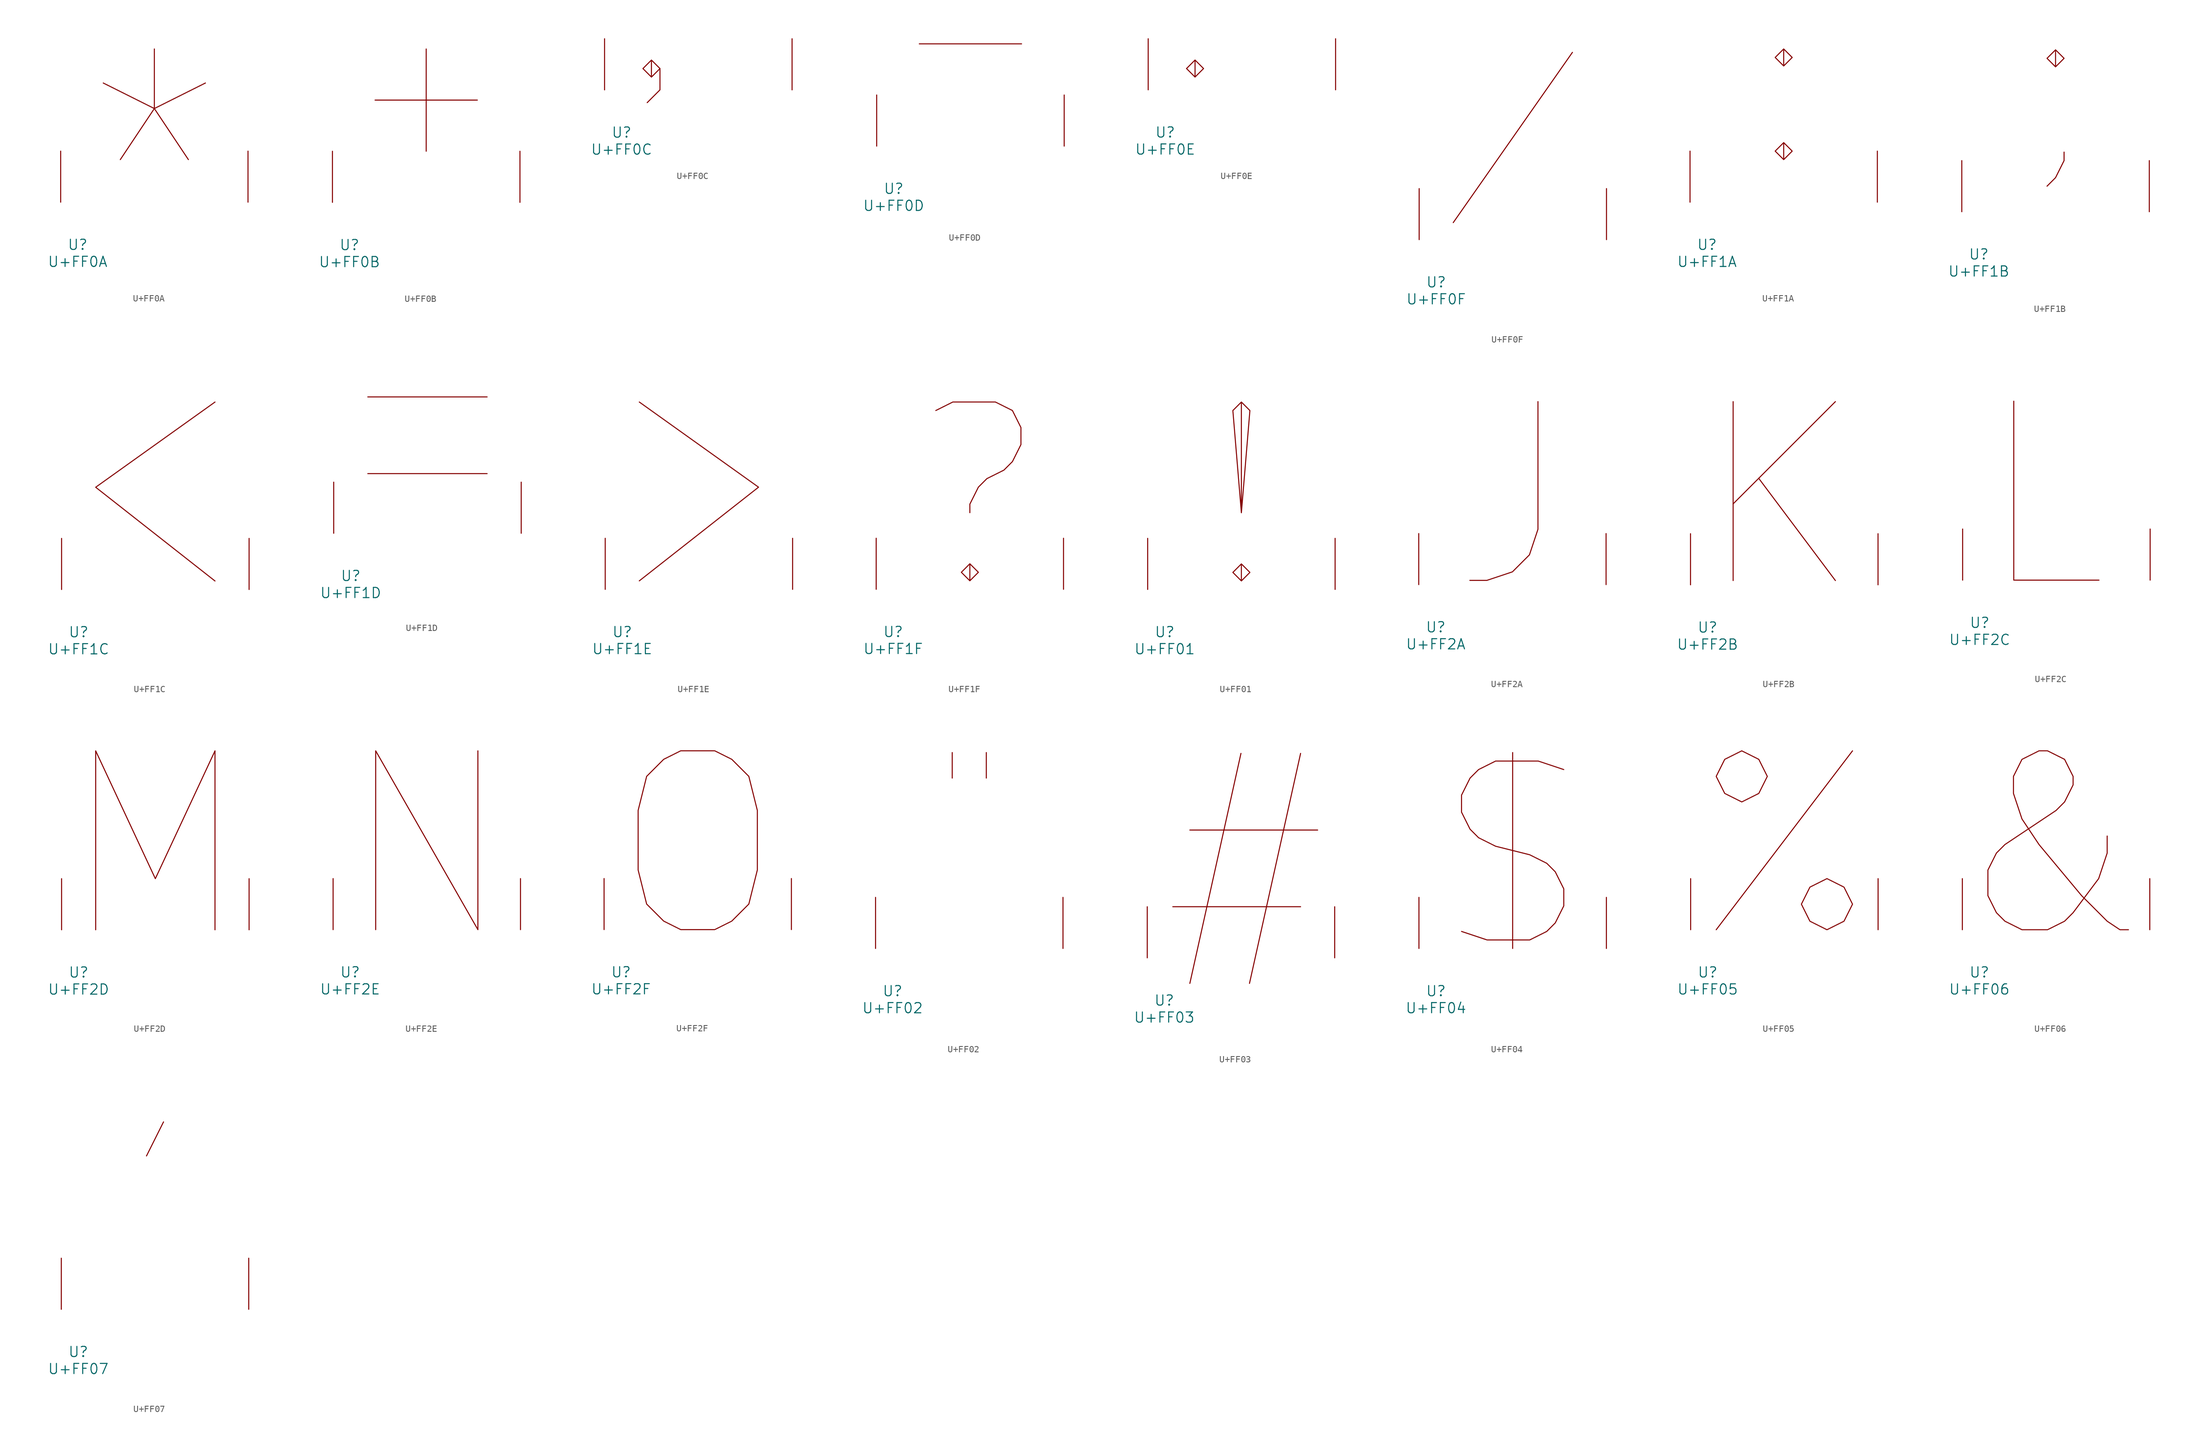
<source format=kicad_sym>
(kicad_symbol_lib
  (version 20231120)
  (generator "kicad_symbol_editor")
  (generator_version "8.0")
  (symbol "U+FF0A"
    (pin_names
      (offset 1.016))
    (property "Reference" "U"
      (at 0 -6.35 0)
      (effects (font (size 1.524 1.524))))
    (property "Value" "U+FF0A"
      (at 0 -8.89 0)
      (effects (font (size 1.524 1.524))))
    (symbol "U+FF0A_0_1"
      (polyline (pts (xy 11.43 22.86) (xy 11.43 13.97)) (stroke (width 0) (type solid)) (fill (type none)))
      (polyline (pts (xy 3.81 17.78) (xy 11.43 13.97) (xy 19.05 17.78)) (stroke (width 0) (type solid)) (fill (type none)))
      (polyline (pts (xy 6.35 6.35) (xy 11.43 13.97) (xy 16.51 6.35)) (stroke (width 0) (type solid)) (fill (type none)))
      (pin input line (at -2.54 0 90) (length 7.62) (name "~" (effects (font (size 1.27 1.27)))) (number "~" (effects (font (size 1.27 1.27)))))
      (pin input line (at 25.4 0 90) (length 7.62) (name "~" (effects (font (size 1.27 1.27)))) (number "~" (effects (font (size 1.27 1.27)))))))
  (symbol "U+FF0B"
    (pin_names
      (offset 1.016))
    (property "Reference" "U"
      (at 0 -6.35 0)
      (effects (font (size 1.524 1.524))))
    (property "Value" "U+FF0B"
      (at 0 -8.89 0)
      (effects (font (size 1.524 1.524))))
    (symbol "U+FF0B_0_1"
      (polyline (pts (xy 3.81 15.24) (xy 19.05 15.24)) (stroke (width 0) (type solid)) (fill (type none)))
      (polyline (pts (xy 11.43 22.86) (xy 11.43 7.62)) (stroke (width 0) (type solid)) (fill (type none)))
      (pin input line (at -2.54 0 90) (length 7.62) (name "~" (effects (font (size 1.27 1.27)))) (number "~" (effects (font (size 1.27 1.27)))))
      (pin input line (at 25.4 0 90) (length 7.62) (name "~" (effects (font (size 1.27 1.27)))) (number "~" (effects (font (size 1.27 1.27)))))))
  (symbol "U+FF0C"
    (pin_names
      (offset 1.016))
    (property "Reference" "U"
      (at 0 -6.35 0)
      (effects (font (size 1.524 1.524))))
    (property "Value" "U+FF0C"
      (at 0 -8.89 0)
      (effects (font (size 1.524 1.524))))
    (symbol "U+FF0C_0_1"
      (polyline (pts (xy 5.715 3.175) (xy 5.715 0) (xy 3.81 -1.905)) (stroke (width 0) (type solid)) (fill (type none)))
      (polyline (pts (xy 4.445 4.445) (xy 5.715 3.175) (xy 4.445 1.905) (xy 3.175 3.175) (xy 4.445 4.445) (xy 4.445 1.905)) (stroke (width 0) (type solid)) (fill (type none)))
      (pin input line (at -2.54 0 90) (length 7.62) (name "~" (effects (font (size 1.27 1.27)))) (number "~" (effects (font (size 1.27 1.27)))))
      (pin input line (at 25.4 0 90) (length 7.62) (name "~" (effects (font (size 1.27 1.27)))) (number "~" (effects (font (size 1.27 1.27)))))))
  (symbol "U+FF0D"
    (pin_names
      (offset 1.016))
    (property "Reference" "U"
      (at 0 -6.35 0)
      (effects (font (size 1.524 1.524))))
    (property "Value" "U+FF0D"
      (at 0 -8.89 0)
      (effects (font (size 1.524 1.524))))
    (symbol "U+FF0D_0_1"
      (polyline (pts (xy 3.81 15.24) (xy 19.05 15.24)) (stroke (width 0) (type solid)) (fill (type none)))
      (pin input line (at -2.54 0 90) (length 7.62) (name "~" (effects (font (size 1.27 1.27)))) (number "~" (effects (font (size 1.27 1.27)))))
      (pin input line (at 25.4 0 90) (length 7.62) (name "~" (effects (font (size 1.27 1.27)))) (number "~" (effects (font (size 1.27 1.27)))))))
  (symbol "U+FF0E"
    (pin_names
      (offset 1.016))
    (property "Reference" "U"
      (at 0 -6.35 0)
      (effects (font (size 1.524 1.524))))
    (property "Value" "U+FF0E"
      (at 0 -8.89 0)
      (effects (font (size 1.524 1.524))))
    (symbol "U+FF0E_0_1"
      (polyline (pts (xy 4.445 4.445) (xy 5.715 3.175) (xy 4.445 1.905) (xy 3.175 3.175) (xy 4.445 4.445) (xy 4.445 1.905)) (stroke (width 0) (type solid)) (fill (type none)))
      (pin input line (at -2.54 0 90) (length 7.62) (name "~" (effects (font (size 1.27 1.27)))) (number "~" (effects (font (size 1.27 1.27)))))
      (pin input line (at 25.4 0 90) (length 7.62) (name "~" (effects (font (size 1.27 1.27)))) (number "~" (effects (font (size 1.27 1.27)))))))
  (symbol "U+FF0F"
    (pin_names
      (offset 1.016))
    (property "Reference" "U"
      (at 0 -6.35 0)
      (effects (font (size 1.524 1.524))))
    (property "Value" "U+FF0F"
      (at 0 -8.89 0)
      (effects (font (size 1.524 1.524))))
    (symbol "U+FF0F_0_1"
      (polyline (pts (xy 20.32 27.94) (xy 2.54 2.54)) (stroke (width 0) (type solid)) (fill (type none)))
      (pin input line (at -2.54 0 90) (length 7.62) (name "~" (effects (font (size 1.27 1.27)))) (number "~" (effects (font (size 1.27 1.27)))))
      (pin input line (at 25.4 0 90) (length 7.62) (name "~" (effects (font (size 1.27 1.27)))) (number "~" (effects (font (size 1.27 1.27)))))))
  (symbol "U+FF1A"
    (pin_names
      (offset 1.016))
    (property "Reference" "U"
      (at 0 -6.35 0)
      (effects (font (size 1.524 1.524))))
    (property "Value" "U+FF1A"
      (at 0 -8.89 0)
      (effects (font (size 1.524 1.524))))
    (symbol "U+FF1A_0_1"
      (polyline (pts (xy 11.43 8.89) (xy 12.7 7.62) (xy 11.43 6.35) (xy 10.16 7.62) (xy 11.43 8.89) (xy 11.43 6.35)) (stroke (width 0) (type solid)) (fill (type none)))
      (polyline (pts (xy 11.43 22.86) (xy 12.7 21.59) (xy 11.43 20.32) (xy 10.16 21.59) (xy 11.43 22.86) (xy 11.43 20.32)) (stroke (width 0) (type solid)) (fill (type none)))
      (pin input line (at -2.54 0 90) (length 7.62) (name "~" (effects (font (size 1.27 1.27)))) (number "~" (effects (font (size 1.27 1.27)))))
      (pin input line (at 25.4 0 90) (length 7.62) (name "~" (effects (font (size 1.27 1.27)))) (number "~" (effects (font (size 1.27 1.27)))))))
  (symbol "U+FF1B"
    (pin_names
      (offset 1.016))
    (property "Reference" "U"
      (at 0 -6.35 0)
      (effects (font (size 1.524 1.524))))
    (property "Value" "U+FF1B"
      (at 0 -8.89 0)
      (effects (font (size 1.524 1.524))))
    (symbol "U+FF1B_0_1"
      (polyline (pts (xy 12.7 8.89) (xy 12.7 7.62) (xy 11.43 5.08) (xy 10.16 3.81)) (stroke (width 0) (type solid)) (fill (type none)))
      (polyline (pts (xy 11.43 24.13) (xy 12.7 22.86) (xy 11.43 21.59) (xy 10.16 22.86) (xy 11.43 24.13) (xy 11.43 21.59)) (stroke (width 0) (type solid)) (fill (type none)))
      (pin input line (at -2.54 0 90) (length 7.62) (name "~" (effects (font (size 1.27 1.27)))) (number "~" (effects (font (size 1.27 1.27)))))
      (pin input line (at 25.4 0 90) (length 7.62) (name "~" (effects (font (size 1.27 1.27)))) (number "~" (effects (font (size 1.27 1.27)))))))
  (symbol "U+FF1C"
    (pin_names
      (offset 1.016))
    (property "Reference" "U"
      (at 0 -6.35 0)
      (effects (font (size 1.524 1.524))))
    (property "Value" "U+FF1C"
      (at 0 -8.89 0)
      (effects (font (size 1.524 1.524))))
    (symbol "U+FF1C_0_1"
      (polyline (pts (xy 20.32 27.94) (xy 2.54 15.24) (xy 20.32 1.27)) (stroke (width 0) (type solid)) (fill (type none)))
      (pin input line (at -2.54 0 90) (length 7.62) (name "~" (effects (font (size 1.27 1.27)))) (number "~" (effects (font (size 1.27 1.27)))))
      (pin input line (at 25.4 0 90) (length 7.62) (name "~" (effects (font (size 1.27 1.27)))) (number "~" (effects (font (size 1.27 1.27)))))))
  (symbol "U+FF1D"
    (pin_names
      (offset 1.016))
    (property "Reference" "U"
      (at 0 -6.35 0)
      (effects (font (size 1.524 1.524))))
    (property "Value" "U+FF1D"
      (at 0 -8.89 0)
      (effects (font (size 1.524 1.524))))
    (symbol "U+FF1D_0_1"
      (polyline (pts (xy 2.54 8.89) (xy 20.32 8.89)) (stroke (width 0) (type solid)) (fill (type none)))
      (polyline (pts (xy 2.54 20.32) (xy 20.32 20.32)) (stroke (width 0) (type solid)) (fill (type none)))
      (pin input line (at -2.54 0 90) (length 7.62) (name "~" (effects (font (size 1.27 1.27)))) (number "~" (effects (font (size 1.27 1.27)))))
      (pin input line (at 25.4 0 90) (length 7.62) (name "~" (effects (font (size 1.27 1.27)))) (number "~" (effects (font (size 1.27 1.27)))))))
  (symbol "U+FF1E"
    (pin_names
      (offset 1.016))
    (property "Reference" "U"
      (at 0 -6.35 0)
      (effects (font (size 1.524 1.524))))
    (property "Value" "U+FF1E"
      (at 0 -8.89 0)
      (effects (font (size 1.524 1.524))))
    (symbol "U+FF1E_0_1"
      (polyline (pts (xy 2.54 27.94) (xy 20.32 15.24) (xy 2.54 1.27)) (stroke (width 0) (type solid)) (fill (type none)))
      (pin input line (at -2.54 0 90) (length 7.62) (name "~" (effects (font (size 1.27 1.27)))) (number "~" (effects (font (size 1.27 1.27)))))
      (pin input line (at 25.4 0 90) (length 7.62) (name "~" (effects (font (size 1.27 1.27)))) (number "~" (effects (font (size 1.27 1.27)))))))
  (symbol "U+FF1F"
    (pin_names
      (offset 1.016))
    (property "Reference" "U"
      (at 0 -6.35 0)
      (effects (font (size 1.524 1.524))))
    (property "Value" "U+FF1F"
      (at 0 -8.89 0)
      (effects (font (size 1.524 1.524))))
    (symbol "U+FF1F_0_1"
      (polyline (pts (xy 11.43 3.81) (xy 12.7 2.54) (xy 11.43 1.27) (xy 10.16 2.54) (xy 11.43 3.81) (xy 11.43 1.27)) (stroke (width 0) (type solid)) (fill (type none)))
      (polyline (pts (xy 6.35 26.67) (xy 8.89 27.94) (xy 15.24 27.94) (xy 17.78 26.67) (xy 19.05 24.13) (xy 19.05 21.59) (xy 17.78 19.05) (xy 16.51 17.78) (xy 13.97 16.51) (xy 12.7 15.24) (xy 11.43 12.7) (xy 11.43 11.43)) (stroke (width 0) (type solid)) (fill (type none)))
      (pin input line (at -2.54 0 90) (length 7.62) (name "~" (effects (font (size 1.27 1.27)))) (number "~" (effects (font (size 1.27 1.27)))))
      (pin input line (at 25.4 0 90) (length 7.62) (name "~" (effects (font (size 1.27 1.27)))) (number "~" (effects (font (size 1.27 1.27)))))))
  (symbol "U+FF01"
    (pin_names
      (offset 1.016))
    (property "Reference" "U"
      (at 0 -6.35 0)
      (effects (font (size 1.524 1.524))))
    (property "Value" "U+FF01"
      (at 0 -8.89 0)
      (effects (font (size 1.524 1.524))))
    (symbol "U+FF01_0_1"
      (polyline (pts (xy 11.43 3.81) (xy 12.7 2.54) (xy 11.43 1.27) (xy 10.16 2.54) (xy 11.43 3.81) (xy 11.43 1.27)) (stroke (width 0) (type solid)) (fill (type none)))
      (polyline (pts (xy 11.43 11.43) (xy 10.16 26.67) (xy 11.43 27.94) (xy 12.7 26.67) (xy 11.43 11.43) (xy 11.43 27.94)) (stroke (width 0) (type solid)) (fill (type none)))
      (pin input line (at -2.54 0 90) (length 7.62) (name "~" (effects (font (size 1.27 1.27)))) (number "~" (effects (font (size 1.27 1.27)))))
      (pin input line (at 25.4 0 90) (length 7.62) (name "~" (effects (font (size 1.27 1.27)))) (number "~" (effects (font (size 1.27 1.27)))))))
  (symbol "U+FF2A"
    (pin_names
      (offset 1.016))
    (property "Reference" "U"
      (at 0 -6.35 0)
      (effects (font (size 1.524 1.524))))
    (property "Value" "U+FF2A"
      (at 0 -8.89 0)
      (effects (font (size 1.524 1.524))))
    (symbol "U+FF2A_0_1"
      (polyline (pts (xy 15.24 27.305) (xy 15.24 8.255) (xy 13.97 4.445) (xy 11.43 1.905) (xy 7.62 0.635) (xy 5.08 0.635)) (stroke (width 0) (type solid)) (fill (type none)))
      (pin input line (at -2.54 0 90) (length 7.62) (name "~" (effects (font (size 1.27 1.27)))) (number "~" (effects (font (size 1.27 1.27)))))
      (pin input line (at 25.4 0 90) (length 7.62) (name "~" (effects (font (size 1.27 1.27)))) (number "~" (effects (font (size 1.27 1.27)))))))
  (symbol "U+FF2B"
    (pin_names
      (offset 1.016))
    (property "Reference" "U"
      (at 0 -6.35 0)
      (effects (font (size 1.524 1.524))))
    (property "Value" "U+FF2B"
      (at 0 -8.89 0)
      (effects (font (size 1.524 1.524))))
    (symbol "U+FF2B_0_1"
      (polyline (pts (xy 3.81 0.635) (xy 3.81 27.305)) (stroke (width 0) (type solid)) (fill (type none)))
      (polyline (pts (xy 19.05 0.635) (xy 7.62 15.875)) (stroke (width 0) (type solid)) (fill (type none)))
      (polyline (pts (xy 19.05 27.305) (xy 3.81 12.065)) (stroke (width 0) (type solid)) (fill (type none)))
      (pin input line (at -2.54 0 90) (length 7.62) (name "~" (effects (font (size 1.27 1.27)))) (number "~" (effects (font (size 1.27 1.27)))))
      (pin input line (at 25.4 0 90) (length 7.62) (name "~" (effects (font (size 1.27 1.27)))) (number "~" (effects (font (size 1.27 1.27)))))))
  (symbol "U+FF2C"
    (pin_names
      (offset 1.016))
    (property "Reference" "U"
      (at 0 -6.35 0)
      (effects (font (size 1.524 1.524))))
    (property "Value" "U+FF2C"
      (at 0 -8.89 0)
      (effects (font (size 1.524 1.524))))
    (symbol "U+FF2C_0_1"
      (polyline (pts (xy 17.78 0) (xy 5.08 0) (xy 5.08 26.67)) (stroke (width 0) (type solid)) (fill (type none)))
      (pin input line (at -2.54 0 90) (length 7.62) (name "~" (effects (font (size 1.27 1.27)))) (number "~" (effects (font (size 1.27 1.27)))))
      (pin input line (at 25.4 0 90) (length 7.62) (name "~" (effects (font (size 1.27 1.27)))) (number "~" (effects (font (size 1.27 1.27)))))))
  (symbol "U+FF2D"
    (pin_names
      (offset 1.016))
    (property "Reference" "U"
      (at 0 -6.35 0)
      (effects (font (size 1.524 1.524))))
    (property "Value" "U+FF2D"
      (at 0 -8.89 0)
      (effects (font (size 1.524 1.524))))
    (symbol "U+FF2D_0_1"
      (polyline (pts (xy 2.54 0) (xy 2.54 26.67) (xy 11.43 7.62) (xy 20.32 26.67) (xy 20.32 0)) (stroke (width 0) (type solid)) (fill (type none)))
      (pin input line (at -2.54 0 90) (length 7.62) (name "~" (effects (font (size 1.27 1.27)))) (number "~" (effects (font (size 1.27 1.27)))))
      (pin input line (at 25.4 0 90) (length 7.62) (name "~" (effects (font (size 1.27 1.27)))) (number "~" (effects (font (size 1.27 1.27)))))))
  (symbol "U+FF2E"
    (pin_names
      (offset 1.016))
    (property "Reference" "U"
      (at 0 -6.35 0)
      (effects (font (size 1.524 1.524))))
    (property "Value" "U+FF2E"
      (at 0 -8.89 0)
      (effects (font (size 1.524 1.524))))
    (symbol "U+FF2E_0_1"
      (polyline (pts (xy 3.81 0) (xy 3.81 26.67) (xy 19.05 0) (xy 19.05 26.67)) (stroke (width 0) (type solid)) (fill (type none)))
      (pin input line (at -2.54 0 90) (length 7.62) (name "~" (effects (font (size 1.27 1.27)))) (number "~" (effects (font (size 1.27 1.27)))))
      (pin input line (at 25.4 0 90) (length 7.62) (name "~" (effects (font (size 1.27 1.27)))) (number "~" (effects (font (size 1.27 1.27)))))))
  (symbol "U+FF2F"
    (pin_names
      (offset 1.016))
    (property "Reference" "U"
      (at 0 -6.35 0)
      (effects (font (size 1.524 1.524))))
    (property "Value" "U+FF2F"
      (at 0 -8.89 0)
      (effects (font (size 1.524 1.524))))
    (symbol "U+FF2F_0_1"
      (polyline (pts (xy 8.89 26.67) (xy 13.97 26.67) (xy 16.51 25.4) (xy 19.05 22.86) (xy 20.32 17.78) (xy 20.32 8.89) (xy 19.05 3.81) (xy 16.51 1.27) (xy 13.97 0) (xy 8.89 0) (xy 6.35 1.27) (xy 3.81 3.81) (xy 2.54 8.89) (xy 2.54 17.78) (xy 3.81 22.86) (xy 6.35 25.4) (xy 8.89 26.67)) (stroke (width 0) (type solid)) (fill (type none)))
      (pin input line (at -2.54 0 90) (length 7.62) (name "~" (effects (font (size 1.27 1.27)))) (number "~" (effects (font (size 1.27 1.27)))))
      (pin input line (at 25.4 0 90) (length 7.62) (name "~" (effects (font (size 1.27 1.27)))) (number "~" (effects (font (size 1.27 1.27)))))))
  (symbol "U+FF02"
    (pin_names
      (offset 1.016))
    (property "Reference" "U"
      (at 0 -6.35 0)
      (effects (font (size 1.524 1.524))))
    (property "Value" "U+FF02"
      (at 0 -8.89 0)
      (effects (font (size 1.524 1.524))))
    (symbol "U+FF02_0_1"
      (polyline (pts (xy 8.89 29.21) (xy 8.89 25.4)) (stroke (width 0) (type solid)) (fill (type none)))
      (polyline (pts (xy 13.97 29.21) (xy 13.97 25.4)) (stroke (width 0) (type solid)) (fill (type none)))
      (pin input line (at -2.54 0 90) (length 7.62) (name "~" (effects (font (size 1.27 1.27)))) (number "~" (effects (font (size 1.27 1.27)))))
      (pin input line (at 25.4 0 90) (length 7.62) (name "~" (effects (font (size 1.27 1.27)))) (number "~" (effects (font (size 1.27 1.27)))))))
  (symbol "U+FF03"
    (pin_names
      (offset 1.016))
    (property "Reference" "U"
      (at 0 -6.35 0)
      (effects (font (size 1.524 1.524))))
    (property "Value" "U+FF03"
      (at 0 -8.89 0)
      (effects (font (size 1.524 1.524))))
    (symbol "U+FF03_0_1"
      (polyline (pts (xy 3.81 19.05) (xy 22.86 19.05)) (stroke (width 0) (type solid)) (fill (type none)))
      (polyline (pts (xy 11.43 30.48) (xy 3.81 -3.81)) (stroke (width 0) (type solid)) (fill (type none)))
      (polyline (pts (xy 20.32 7.62) (xy 1.27 7.62)) (stroke (width 0) (type solid)) (fill (type none)))
      (polyline (pts (xy 12.7 -3.81) (xy 20.32 30.48) (xy 20.32 30.48)) (stroke (width 0) (type solid)) (fill (type none)))
      (pin input line (at -2.54 0 90) (length 7.62) (name "~" (effects (font (size 1.27 1.27)))) (number "~" (effects (font (size 1.27 1.27)))))
      (pin input line (at 25.4 0 90) (length 7.62) (name "~" (effects (font (size 1.27 1.27)))) (number "~" (effects (font (size 1.27 1.27)))))))
  (symbol "U+FF04"
    (pin_names
      (offset 1.016))
    (property "Reference" "U"
      (at 0 -6.35 0)
      (effects (font (size 1.524 1.524))))
    (property "Value" "U+FF04"
      (at 0 -8.89 0)
      (effects (font (size 1.524 1.524))))
    (symbol "U+FF04_0_1"
      (polyline (pts (xy 11.43 29.21) (xy 11.43 0)) (stroke (width 0) (type solid)) (fill (type none)))
      (polyline (pts (xy 3.81 2.54) (xy 7.62 1.27) (xy 13.97 1.27) (xy 16.51 2.54) (xy 17.78 3.81) (xy 19.05 6.35) (xy 19.05 8.89) (xy 17.78 11.43) (xy 16.51 12.7) (xy 13.97 13.97) (xy 8.89 15.24) (xy 6.35 16.51) (xy 5.08 17.78) (xy 3.81 20.32) (xy 3.81 22.86) (xy 5.08 25.4) (xy 6.35 26.67) (xy 8.89 27.94) (xy 15.24 27.94) (xy 19.05 26.67)) (stroke (width 0) (type solid)) (fill (type none)))
      (pin input line (at -2.54 0 90) (length 7.62) (name "~" (effects (font (size 1.27 1.27)))) (number "~" (effects (font (size 1.27 1.27)))))
      (pin input line (at 25.4 0 90) (length 7.62) (name "~" (effects (font (size 1.27 1.27)))) (number "~" (effects (font (size 1.27 1.27)))))))
  (symbol "U+FF05"
    (pin_names
      (offset 1.016))
    (property "Reference" "U"
      (at 0 -6.35 0)
      (effects (font (size 1.524 1.524))))
    (property "Value" "U+FF05"
      (at 0 -8.89 0)
      (effects (font (size 1.524 1.524))))
    (symbol "U+FF05_0_1"
      (polyline (pts (xy 1.27 0) (xy 21.59 26.67)) (stroke (width 0) (type solid)) (fill (type none)))
      (polyline (pts (xy 5.08 26.67) (xy 7.62 25.4) (xy 8.89 22.86) (xy 7.62 20.32) (xy 5.08 19.05) (xy 2.54 20.32) (xy 1.27 22.86) (xy 2.54 25.4) (xy 5.08 26.67)) (stroke (width 0) (type solid)) (fill (type none)))
      (polyline (pts (xy 20.32 1.27) (xy 21.59 3.81) (xy 20.32 6.35) (xy 17.78 7.62) (xy 15.24 6.35) (xy 13.97 3.81) (xy 15.24 1.27) (xy 17.78 0) (xy 20.32 1.27) (xy 20.32 1.27)) (stroke (width 0) (type solid)) (fill (type none)))
      (pin input line (at -2.54 0 90) (length 7.62) (name "~" (effects (font (size 1.27 1.27)))) (number "~" (effects (font (size 1.27 1.27)))))
      (pin input line (at 25.4 0 90) (length 7.62) (name "~" (effects (font (size 1.27 1.27)))) (number "~" (effects (font (size 1.27 1.27)))))))
  (symbol "U+FF06"
    (pin_names
      (offset 1.016))
    (property "Reference" "U"
      (at 0 -6.35 0)
      (effects (font (size 1.524 1.524))))
    (property "Value" "U+FF06"
      (at 0 -8.89 0)
      (effects (font (size 1.524 1.524))))
    (symbol "U+FF06_0_1"
      (polyline (pts (xy 22.225 0) (xy 20.955 0) (xy 19.05 1.27) (xy 15.24 5.08) (xy 8.89 12.7) (xy 6.35 16.51) (xy 5.08 20.32) (xy 5.08 22.86) (xy 6.35 25.4) (xy 8.89 26.67) (xy 10.16 26.67) (xy 12.7 25.4) (xy 13.97 22.86) (xy 13.97 21.59) (xy 12.7 19.05) (xy 11.43 17.78) (xy 3.81 12.7) (xy 2.54 11.43) (xy 1.27 8.89) (xy 1.27 5.08) (xy 2.54 2.54) (xy 3.81 1.27) (xy 6.35 0) (xy 10.16 0) (xy 12.7 1.27) (xy 13.97 2.54) (xy 17.78 7.62) (xy 19.05 11.43) (xy 19.05 13.97)) (stroke (width 0) (type solid)) (fill (type none)))
      (pin input line (at -2.54 0 90) (length 7.62) (name "~" (effects (font (size 1.27 1.27)))) (number "~" (effects (font (size 1.27 1.27)))))
      (pin input line (at 25.4 0 90) (length 7.62) (name "~" (effects (font (size 1.27 1.27)))) (number "~" (effects (font (size 1.27 1.27)))))))
  (symbol "U+FF07"
    (pin_names
      (offset 1.016))
    (property "Reference" "U"
      (at 0 -6.35 0)
      (effects (font (size 1.524 1.524))))
    (property "Value" "U+FF07"
      (at 0 -8.89 0)
      (effects (font (size 1.524 1.524))))
    (symbol "U+FF07_0_1"
      (polyline (pts (xy 12.7 27.94) (xy 10.16 22.86)) (stroke (width 0) (type solid)) (fill (type none)))
      (pin input line (at -2.54 0 90) (length 7.62) (name "~" (effects (font (size 1.27 1.27)))) (number "~" (effects (font (size 1.27 1.27)))))
      (pin input line (at 25.4 0 90) (length 7.62) (name "~" (effects (font (size 1.27 1.27)))) (number "~" (effects (font (size 1.27 1.27))))))))
</source>
